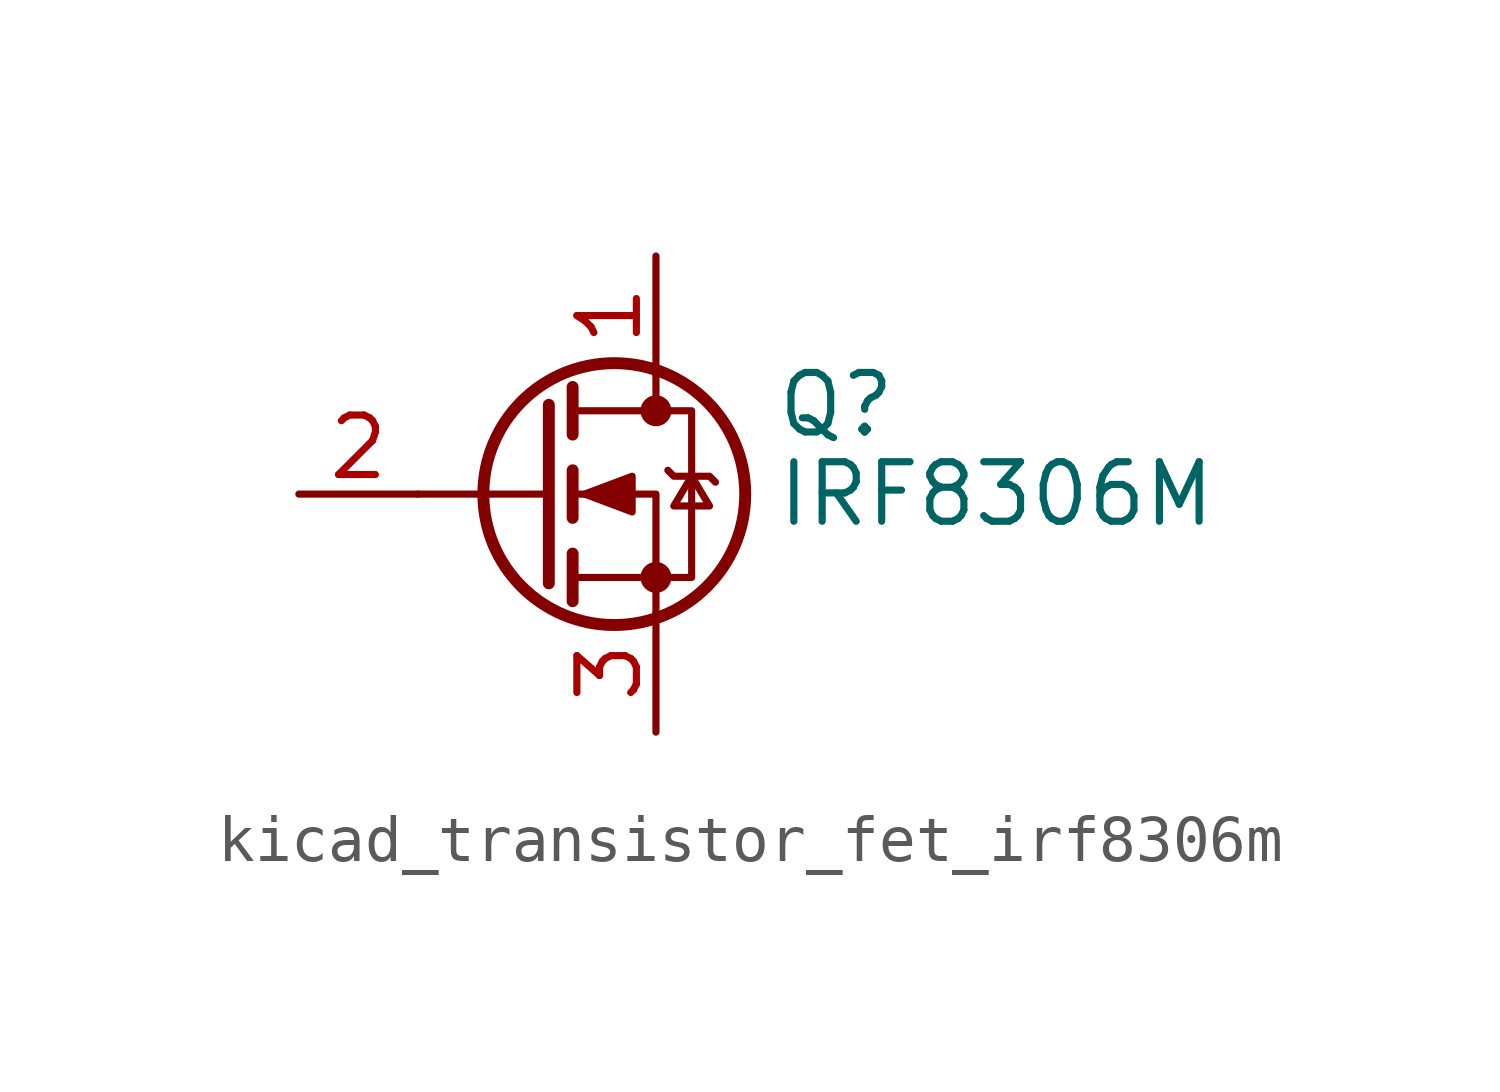
<source format=kicad_sym>
(kicad_symbol_lib
  (version 20220914)
  (generator kicad_symbol_editor)
  (symbol "kicad_transistor_fet_irf8306m"
    (pin_names hide)
    (property "Reference" "Q"
      (at 5.08 1.905 0)
      (effects (font (size 1.27 1.27)) (justify left)))
    (property "Value" "IRF8306M"
      (at 5.08 0 0)
      (effects (font (size 1.27 1.27)) (justify left)))
    (symbol "kicad_transistor_fet_irf8306m_0_1"
      (polyline (pts (xy 0.254 0) (xy -2.54 0)) (stroke (width 0) (type default)) (fill (type none)))
      (polyline (pts (xy 0.254 1.905) (xy 0.254 -1.905)) (stroke (width 0.254) (type default)) (fill (type none)))
      (polyline (pts (xy 0.762 -1.27) (xy 0.762 -2.286)) (stroke (width 0.254) (type default)) (fill (type none)))
      (polyline (pts (xy 0.762 0.508) (xy 0.762 -0.508)) (stroke (width 0.254) (type default)) (fill (type none)))
      (polyline (pts (xy 0.762 2.286) (xy 0.762 1.27)) (stroke (width 0.254) (type default)) (fill (type none)))
      (polyline (pts (xy 2.54 2.54) (xy 2.54 1.778)) (stroke (width 0) (type default)) (fill (type none)))
      (polyline (pts (xy 2.54 -2.54) (xy 2.54 0) (xy 0.762 0)) (stroke (width 0) (type default)) (fill (type none)))
      (polyline (pts (xy 0.762 -1.778) (xy 3.302 -1.778) (xy 3.302 1.778) (xy 0.762 1.778)) (stroke (width 0) (type default)) (fill (type none)))
      (polyline (pts (xy 1.016 0) (xy 2.032 0.381) (xy 2.032 -0.381) (xy 1.016 0)) (stroke (width 0) (type default)) (fill (type outline)))
      (polyline (pts (xy 2.794 0.508) (xy 2.921 0.381) (xy 3.683 0.381) (xy 3.81 0.254)) (stroke (width 0) (type default)) (fill (type none)))
      (polyline (pts (xy 3.302 0.381) (xy 2.921 -0.254) (xy 3.683 -0.254) (xy 3.302 0.381)) (stroke (width 0) (type default)) (fill (type none)))
      (circle (center 1.651 0) (radius 2.794) (stroke (width 0.254) (type default)) (fill (type none)))
      (circle (center 2.54 -1.778) (radius 0.254) (stroke (width 0) (type default)) (fill (type outline)))
      (circle (center 2.54 1.778) (radius 0.254) (stroke (width 0) (type default)) (fill (type outline))))
    (symbol "kicad_transistor_fet_irf8306m_1_1"
      (pin passive line (at 2.54 5.08 270) (length 2.54) (name "D" (effects (font (size 1.27 1.27)))) (number "1" (effects (font (size 1.27 1.27)))))
      (pin input line (at -5.08 0 0) (length 2.54) (name "G" (effects (font (size 1.27 1.27)))) (number "2" (effects (font (size 1.27 1.27)))))
      (pin passive line (at 2.54 -5.08 90) (length 2.54) (name "S" (effects (font (size 1.27 1.27)))) (number "3" (effects (font (size 1.27 1.27))))))))
</source>
